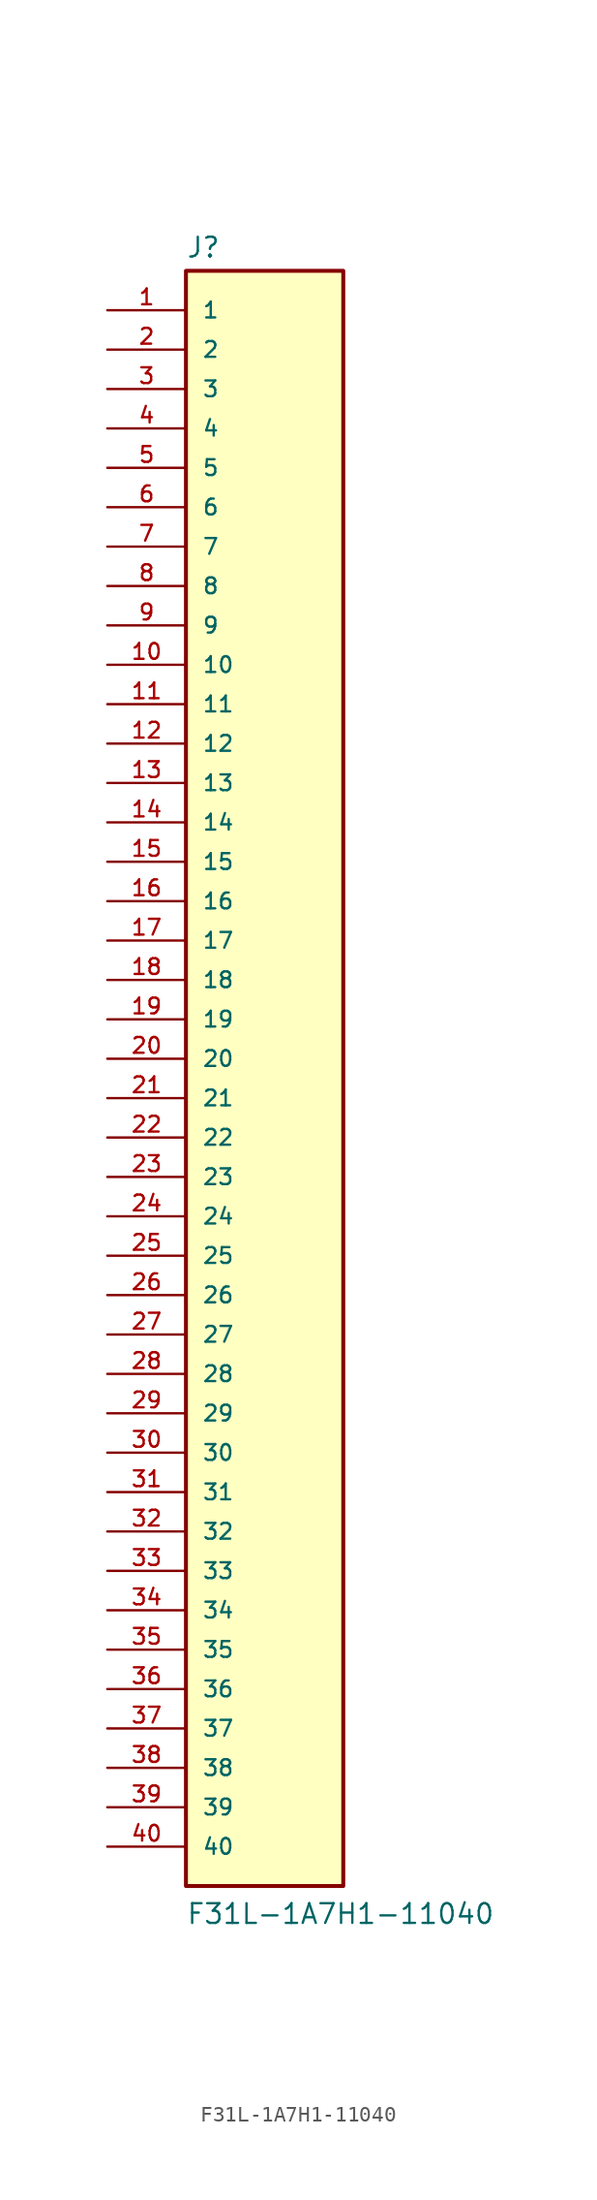
<source format=kicad_sym>
(kicad_symbol_lib
  (version 20220914)
  (generator kicad_symbol_editor)
  (symbol "F31L-1A7H1-11040"
    (pin_names
      (offset 1.016))
    (property "Reference" "J"
      (at -5.08 51.562 0)
      (effects (font (size 1.27 1.27)) (justify left bottom)))
    (property "Value" "F31L-1A7H1-11040"
      (at -5.08 -55.88 0)
      (effects (font (size 1.27 1.27)) (justify left bottom)))
    (symbol "F31L-1A7H1-11040_0_0"
      (rectangle (start -5.08 -53.34) (end 5.08 50.8) (stroke (width 0.254) (type default)) (fill (type background)))
      (pin passive line (at -10.16 48.26 0) (length 5.08) (name "1" (effects (font (size 1.016 1.016)))) (number "1" (effects (font (size 1.016 1.016)))))
      (pin passive line (at -10.16 25.4 0) (length 5.08) (name "10" (effects (font (size 1.016 1.016)))) (number "10" (effects (font (size 1.016 1.016)))))
      (pin passive line (at -10.16 22.86 0) (length 5.08) (name "11" (effects (font (size 1.016 1.016)))) (number "11" (effects (font (size 1.016 1.016)))))
      (pin passive line (at -10.16 20.32 0) (length 5.08) (name "12" (effects (font (size 1.016 1.016)))) (number "12" (effects (font (size 1.016 1.016)))))
      (pin passive line (at -10.16 17.78 0) (length 5.08) (name "13" (effects (font (size 1.016 1.016)))) (number "13" (effects (font (size 1.016 1.016)))))
      (pin passive line (at -10.16 15.24 0) (length 5.08) (name "14" (effects (font (size 1.016 1.016)))) (number "14" (effects (font (size 1.016 1.016)))))
      (pin passive line (at -10.16 12.7 0) (length 5.08) (name "15" (effects (font (size 1.016 1.016)))) (number "15" (effects (font (size 1.016 1.016)))))
      (pin passive line (at -10.16 10.16 0) (length 5.08) (name "16" (effects (font (size 1.016 1.016)))) (number "16" (effects (font (size 1.016 1.016)))))
      (pin passive line (at -10.16 7.62 0) (length 5.08) (name "17" (effects (font (size 1.016 1.016)))) (number "17" (effects (font (size 1.016 1.016)))))
      (pin passive line (at -10.16 5.08 0) (length 5.08) (name "18" (effects (font (size 1.016 1.016)))) (number "18" (effects (font (size 1.016 1.016)))))
      (pin passive line (at -10.16 2.54 0) (length 5.08) (name "19" (effects (font (size 1.016 1.016)))) (number "19" (effects (font (size 1.016 1.016)))))
      (pin passive line (at -10.16 45.72 0) (length 5.08) (name "2" (effects (font (size 1.016 1.016)))) (number "2" (effects (font (size 1.016 1.016)))))
      (pin passive line (at -10.16 0 0) (length 5.08) (name "20" (effects (font (size 1.016 1.016)))) (number "20" (effects (font (size 1.016 1.016)))))
      (pin passive line (at -10.16 -2.54 0) (length 5.08) (name "21" (effects (font (size 1.016 1.016)))) (number "21" (effects (font (size 1.016 1.016)))))
      (pin passive line (at -10.16 -5.08 0) (length 5.08) (name "22" (effects (font (size 1.016 1.016)))) (number "22" (effects (font (size 1.016 1.016)))))
      (pin passive line (at -10.16 -7.62 0) (length 5.08) (name "23" (effects (font (size 1.016 1.016)))) (number "23" (effects (font (size 1.016 1.016)))))
      (pin passive line (at -10.16 -10.16 0) (length 5.08) (name "24" (effects (font (size 1.016 1.016)))) (number "24" (effects (font (size 1.016 1.016)))))
      (pin passive line (at -10.16 -12.7 0) (length 5.08) (name "25" (effects (font (size 1.016 1.016)))) (number "25" (effects (font (size 1.016 1.016)))))
      (pin passive line (at -10.16 -15.24 0) (length 5.08) (name "26" (effects (font (size 1.016 1.016)))) (number "26" (effects (font (size 1.016 1.016)))))
      (pin passive line (at -10.16 -17.78 0) (length 5.08) (name "27" (effects (font (size 1.016 1.016)))) (number "27" (effects (font (size 1.016 1.016)))))
      (pin passive line (at -10.16 -20.32 0) (length 5.08) (name "28" (effects (font (size 1.016 1.016)))) (number "28" (effects (font (size 1.016 1.016)))))
      (pin passive line (at -10.16 -22.86 0) (length 5.08) (name "29" (effects (font (size 1.016 1.016)))) (number "29" (effects (font (size 1.016 1.016)))))
      (pin passive line (at -10.16 43.18 0) (length 5.08) (name "3" (effects (font (size 1.016 1.016)))) (number "3" (effects (font (size 1.016 1.016)))))
      (pin passive line (at -10.16 -25.4 0) (length 5.08) (name "30" (effects (font (size 1.016 1.016)))) (number "30" (effects (font (size 1.016 1.016)))))
      (pin passive line (at -10.16 -27.94 0) (length 5.08) (name "31" (effects (font (size 1.016 1.016)))) (number "31" (effects (font (size 1.016 1.016)))))
      (pin passive line (at -10.16 -30.48 0) (length 5.08) (name "32" (effects (font (size 1.016 1.016)))) (number "32" (effects (font (size 1.016 1.016)))))
      (pin passive line (at -10.16 -33.02 0) (length 5.08) (name "33" (effects (font (size 1.016 1.016)))) (number "33" (effects (font (size 1.016 1.016)))))
      (pin passive line (at -10.16 -35.56 0) (length 5.08) (name "34" (effects (font (size 1.016 1.016)))) (number "34" (effects (font (size 1.016 1.016)))))
      (pin passive line (at -10.16 -38.1 0) (length 5.08) (name "35" (effects (font (size 1.016 1.016)))) (number "35" (effects (font (size 1.016 1.016)))))
      (pin passive line (at -10.16 -40.64 0) (length 5.08) (name "36" (effects (font (size 1.016 1.016)))) (number "36" (effects (font (size 1.016 1.016)))))
      (pin passive line (at -10.16 -43.18 0) (length 5.08) (name "37" (effects (font (size 1.016 1.016)))) (number "37" (effects (font (size 1.016 1.016)))))
      (pin passive line (at -10.16 -45.72 0) (length 5.08) (name "38" (effects (font (size 1.016 1.016)))) (number "38" (effects (font (size 1.016 1.016)))))
      (pin passive line (at -10.16 -48.26 0) (length 5.08) (name "39" (effects (font (size 1.016 1.016)))) (number "39" (effects (font (size 1.016 1.016)))))
      (pin passive line (at -10.16 40.64 0) (length 5.08) (name "4" (effects (font (size 1.016 1.016)))) (number "4" (effects (font (size 1.016 1.016)))))
      (pin passive line (at -10.16 -50.8 0) (length 5.08) (name "40" (effects (font (size 1.016 1.016)))) (number "40" (effects (font (size 1.016 1.016)))))
      (pin passive line (at -10.16 38.1 0) (length 5.08) (name "5" (effects (font (size 1.016 1.016)))) (number "5" (effects (font (size 1.016 1.016)))))
      (pin passive line (at -10.16 35.56 0) (length 5.08) (name "6" (effects (font (size 1.016 1.016)))) (number "6" (effects (font (size 1.016 1.016)))))
      (pin passive line (at -10.16 33.02 0) (length 5.08) (name "7" (effects (font (size 1.016 1.016)))) (number "7" (effects (font (size 1.016 1.016)))))
      (pin passive line (at -10.16 30.48 0) (length 5.08) (name "8" (effects (font (size 1.016 1.016)))) (number "8" (effects (font (size 1.016 1.016)))))
      (pin passive line (at -10.16 27.94 0) (length 5.08) (name "9" (effects (font (size 1.016 1.016)))) (number "9" (effects (font (size 1.016 1.016))))))))
</source>
